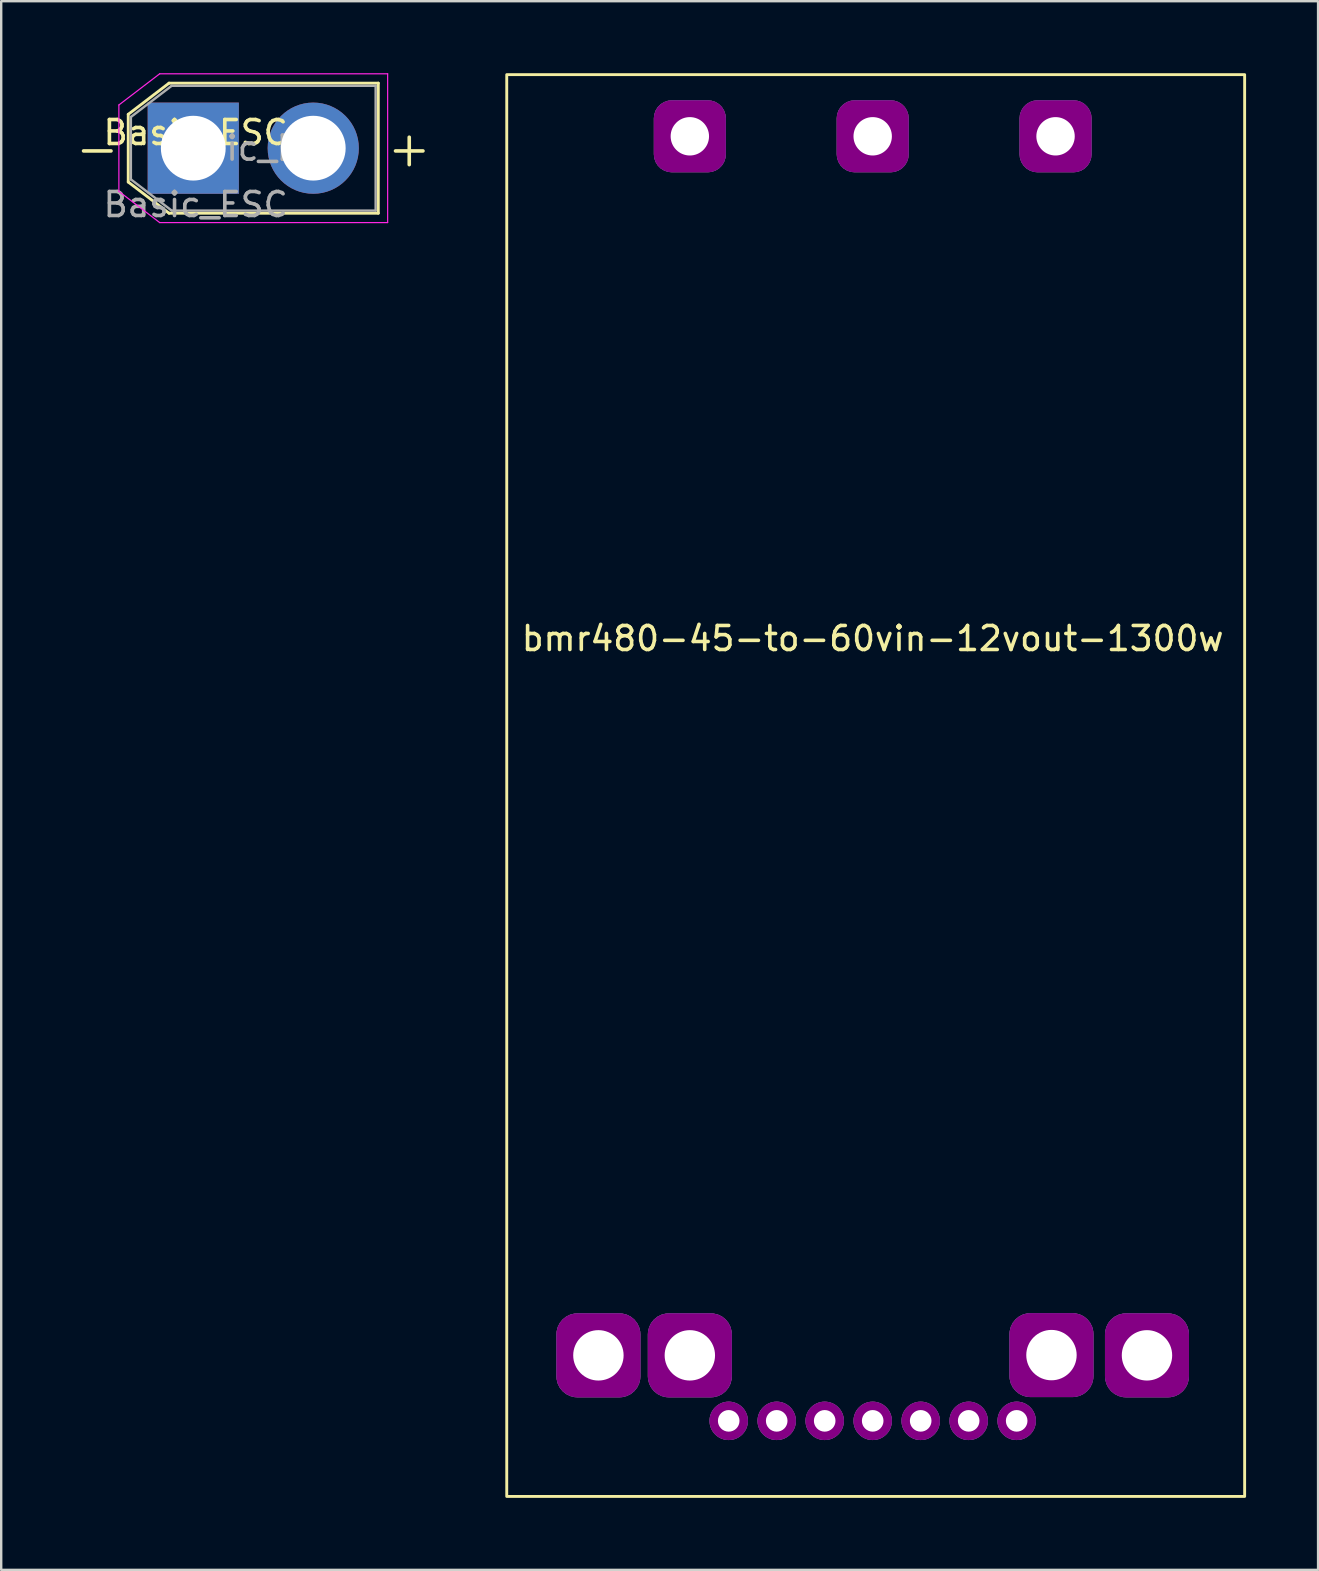
<source format=kicad_pcb>
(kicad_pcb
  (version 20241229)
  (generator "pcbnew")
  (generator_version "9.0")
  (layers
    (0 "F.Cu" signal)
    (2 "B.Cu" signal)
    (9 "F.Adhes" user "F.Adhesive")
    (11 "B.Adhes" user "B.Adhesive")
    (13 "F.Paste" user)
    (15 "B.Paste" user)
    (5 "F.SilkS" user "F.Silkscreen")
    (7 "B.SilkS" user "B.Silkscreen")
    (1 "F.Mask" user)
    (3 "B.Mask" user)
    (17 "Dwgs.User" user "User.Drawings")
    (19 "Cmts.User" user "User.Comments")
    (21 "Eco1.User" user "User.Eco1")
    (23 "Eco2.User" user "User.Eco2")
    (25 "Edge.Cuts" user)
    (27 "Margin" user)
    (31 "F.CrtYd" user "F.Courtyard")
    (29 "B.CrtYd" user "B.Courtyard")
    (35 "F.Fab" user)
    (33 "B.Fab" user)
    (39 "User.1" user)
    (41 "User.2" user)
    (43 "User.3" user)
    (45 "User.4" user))
  (footprint "bmr480-45-to-60vin-12vout-1300w"
    (layer "F.Cu")
    (at 33.317 24.06)
    (property "Reference" "bmr480-45-to-60vin-12vout-1300w" (at 0 -0.5 0) (unlocked yes) (layer "F.SilkS") (effects (font (size 1 1) (thickness 0.15))))
    (attr through_hole)
    (fp_rect (start -15.25 -24) (end 15.5 35.25) (stroke (width 0.12) (type solid)) (fill no) (layer "F.SilkS"))
    (pad "1" thru_hole roundrect (at -7.62 -21.43) (size 3 3) (drill 1.6) (layers "*.Cu" "*.Mask" "F.Adhes") (roundrect_rratio 0.25))
    (pad "2" thru_hole roundrect (at 0 -21.43) (size 3 3) (drill 1.6) (layers "*.Cu" "*.Mask" "F.Adhes") (roundrect_rratio 0.25))
    (pad "3" thru_hole roundrect (at 7.62 -21.43) (size 3 3) (drill 1.6) (layers "*.Cu" "*.Mask" "F.Adhes") (roundrect_rratio 0.25))
    (pad "4" thru_hole roundrect (at 11.43 29.37) (size 3.5 3.5) (drill 2.1) (layers "*.Cu" "*.Mask" "F.Adhes") (roundrect_rratio 0.25))
    (pad "5" thru_hole roundrect (at 7.45 29.36) (size 3.5 3.5) (drill 2.1) (layers "*.Cu" "*.Mask" "F.Adhes") (roundrect_rratio 0.25))
    (pad "7" thru_hole roundrect (at -7.62 29.37) (size 3.5 3.5) (drill 2.1) (layers "*.Cu" "*.Mask" "F.Adhes") (roundrect_rratio 0.25))
    (pad "8" thru_hole roundrect (at -11.43 29.37) (size 3.5 3.5) (drill 2.1) (layers "*.Cu" "*.Mask" "F.Adhes") (roundrect_rratio 0.25))
    (pad "9" thru_hole circle (at 6 32.1) (size 1.6 1.6) (drill 0.9) (layers "*.Cu" "*.Mask" "F.Adhes"))
    (pad "10" thru_hole circle (at 4 32.1) (size 1.6 1.6) (drill 0.9) (layers "*.Cu" "*.Mask" "F.Adhes"))
    (pad "11" thru_hole circle (at 2 32.1) (size 1.6 1.6) (drill 0.9) (layers "*.Cu" "*.Mask" "F.Adhes"))
    (pad "12" thru_hole circle (at 0 32.1) (size 1.6 1.6) (drill 0.9) (layers "*.Cu" "*.Mask" "F.Adhes"))
    (pad "13" thru_hole circle (at -2 32.1) (size 1.6 1.6) (drill 0.9) (layers "*.Cu" "*.Mask" "F.Adhes"))
    (pad "14" thru_hole circle (at -4 32.1) (size 1.6 1.6) (drill 0.9) (layers "*.Cu" "*.Mask" "F.Adhes"))
    (pad "15" thru_hole circle (at -6 32.1) (size 1.6 1.6) (drill 0.9) (layers "*.Cu" "*.Mask" "F.Adhes")))
  (footprint "Basic_ESC"
    (layer "F.Cu")
    (at 7.604 3.225)
    (property "Reference" "Basic_ESC" (at -2.5 -0.75 0) (unlocked yes) (layer "F.SilkS") (effects (font (size 1 1) (thickness 0.15))))
    (attr through_hole)
    (fp_line (start -5.31 -1.51) (end -5.31 1.31) (stroke (width 0.12) (type solid)) (layer "F.SilkS"))
    (fp_line (start -5.31 -1.51) (end -3.61 -2.81) (stroke (width 0.12) (type solid)) (layer "F.SilkS"))
    (fp_line (start -5.31 1.31) (end -3.61 2.61) (stroke (width 0.12) (type solid)) (layer "F.SilkS"))
    (fp_line (start -3.61 -2.81) (end 5.11 -2.81) (stroke (width 0.12) (type solid)) (layer "F.SilkS"))
    (fp_line (start -3.61 2.61) (end 5.11 2.61) (stroke (width 0.12) (type solid)) (layer "F.SilkS"))
    (fp_line (start 5.11 -2.81) (end 5.11 2.61) (stroke (width 0.12) (type solid)) (layer "F.SilkS"))
    (fp_line (start -5.7 -1.9) (end -5.7 1.7) (stroke (width 0.05) (type solid)) (layer "F.CrtYd"))
    (fp_line (start -5.7 -1.9) (end -4 -3.2) (stroke (width 0.05) (type solid)) (layer "F.CrtYd"))
    (fp_line (start -5.7 1.7) (end -4 3) (stroke (width 0.05) (type solid)) (layer "F.CrtYd"))
    (fp_line (start -4 -3.2) (end 5.5 -3.2) (stroke (width 0.05) (type solid)) (layer "F.CrtYd"))
    (fp_line (start -4 3) (end 5.5 3) (stroke (width 0.05) (type solid)) (layer "F.CrtYd"))
    (fp_line (start 5.5 -3.2) (end 5.5 3) (stroke (width 0.05) (type solid)) (layer "F.CrtYd"))
    (fp_line (start -5.2 -1.4) (end -5.2 1.2) (stroke (width 0.1) (type solid)) (layer "F.Fab"))
    (fp_line (start -5.2 -1.4) (end -3.5 -2.7) (stroke (width 0.1) (type solid)) (layer "F.Fab"))
    (fp_line (start -5.2 1.2) (end -3.5 2.5) (stroke (width 0.1) (type solid)) (layer "F.Fab"))
    (fp_line (start -3.5 -2.7) (end 5 -2.7) (stroke (width 0.1) (type solid)) (layer "F.Fab"))
    (fp_line (start -3.5 2.5) (end 5 2.5) (stroke (width 0.1) (type solid)) (layer "F.Fab"))
    (fp_line (start 5 -2.7) (end 5 2.5) (stroke (width 0.1) (type solid)) (layer "F.Fab"))
    (fp_text user "+" (at 6.4 -0.1 0) (layer "F.SilkS") (effects (font (size 1.5 1.5) (thickness 0.15))))
    (fp_text user "-" (at -6.6 -0.1 0) (layer "F.SilkS") (effects (font (size 1.5 1.5) (thickness 0.15))))
    (fp_text user "${REFERENCE}" (at -2.5 2.25 0) (unlocked yes) (layer "F.Fab") (effects (font (size 1 1) (thickness 0.15))))
    (fp_text user "${REFERENCE}" (at -0.1 -0.1 0) (layer "F.Fab") (effects (font (size 1 1) (thickness 0.15))))
    (pad "1" thru_hole rect (at -2.6 -0.1) (size 3.8 3.8) (drill 2.7) (layers "*.Cu" "*.Mask"))
    (pad "2" thru_hole circle (at 2.4 -0.1) (size 3.8 3.8) (drill 2.7) (layers "*.Cu" "*.Mask")))
  (gr_rect
    (start -3 -3)
    (end 51.877 62.37)
    (stroke (width 0.1) (type default))
    (fill no)
    (layer "Edge.Cuts")))
</source>
